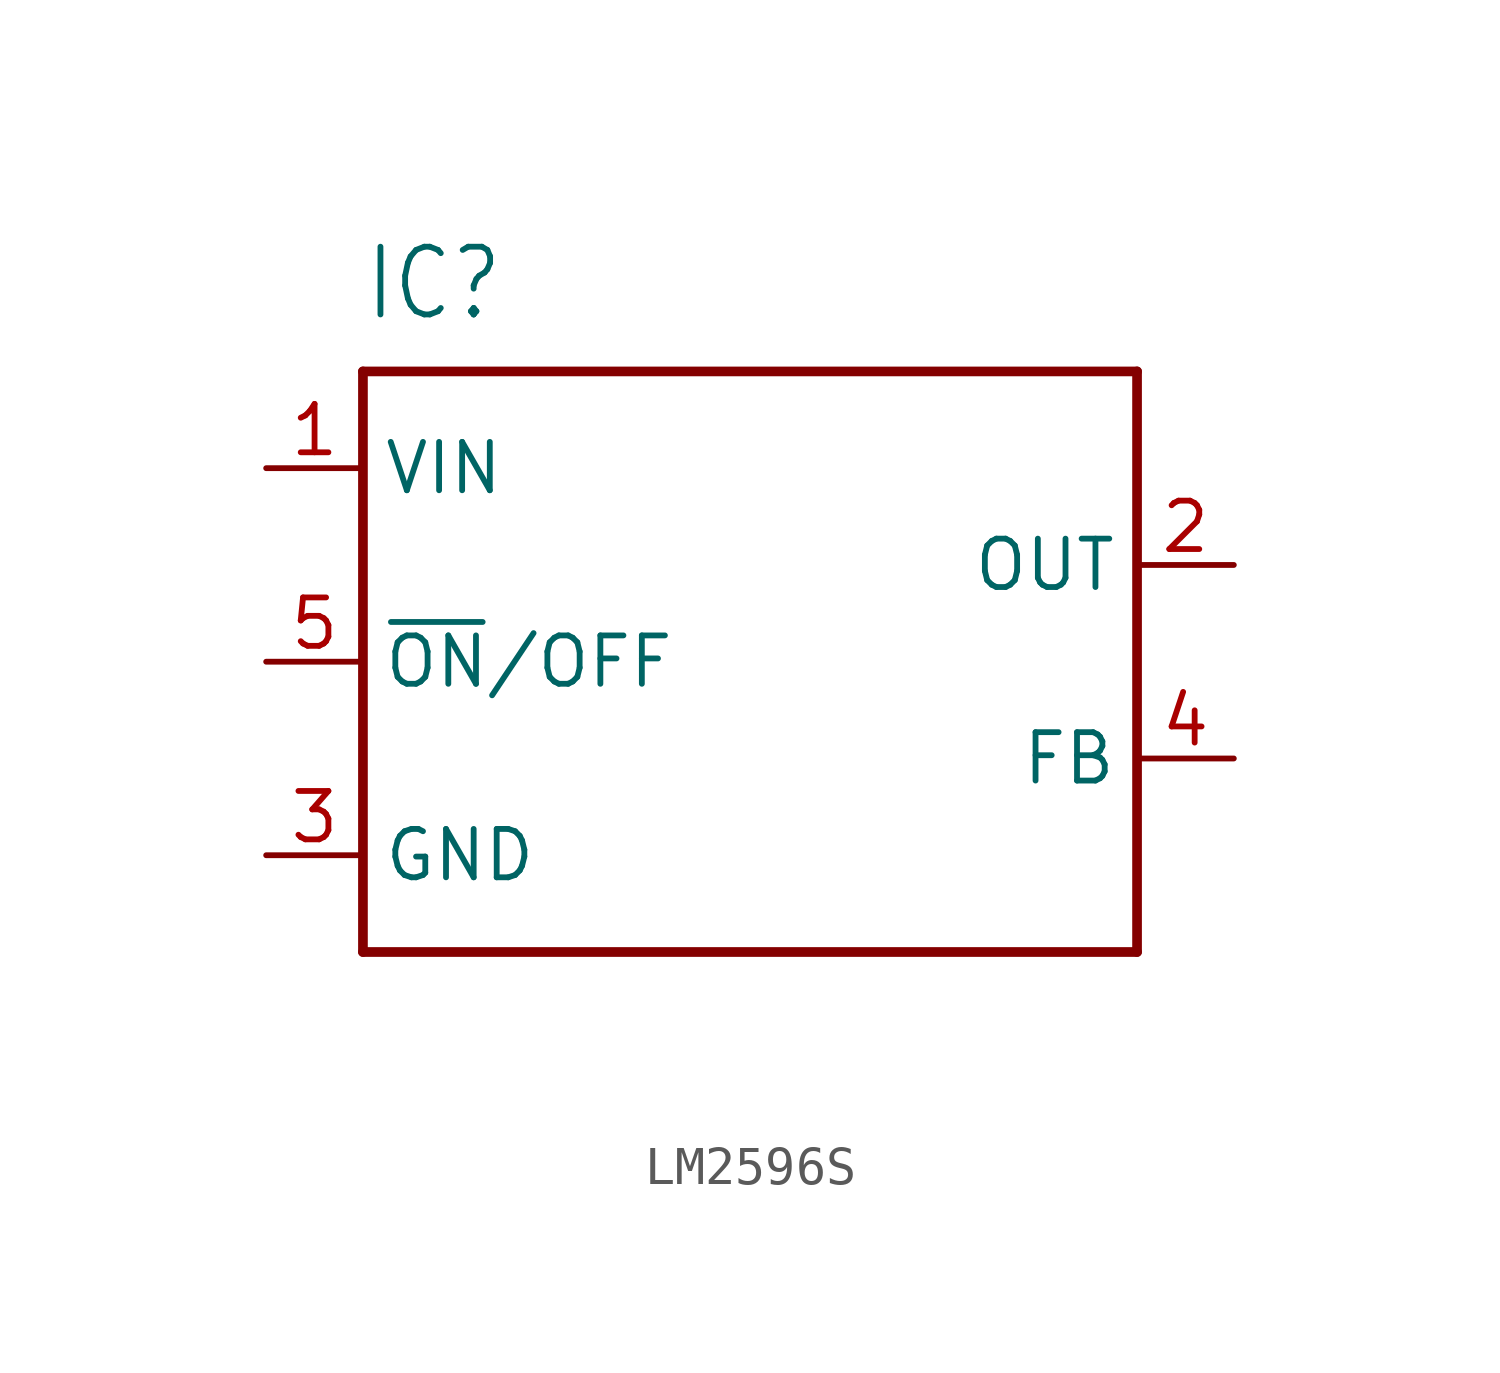
<source format=kicad_sym>
(kicad_symbol_lib
  (version 20220914)
  (generator kicad_symbol_editor)
  (symbol "LM2596S"
    (property "Reference" "IC"
      (at -10.16 8.89 0)
      (effects (font (size 1.778 1.511)) (justify left bottom)))
    (property "Value" ""
      (at -10.16 -10.16 0)
      (effects (font (size 1.778 1.511)) (justify left bottom)))
    (property "ki_locked" ""
      (at 0 0 0)
      (effects (font (size 1.27 1.27))))
    (symbol "LM2596S_1_0"
      (polyline (pts (xy -10.16 -7.62) (xy -10.16 7.62)) (stroke (width 0.254) (type solid)) (fill (type none)))
      (polyline (pts (xy -10.16 7.62) (xy 10.16 7.62)) (stroke (width 0.254) (type solid)) (fill (type none)))
      (polyline (pts (xy 10.16 -7.62) (xy -10.16 -7.62)) (stroke (width 0.254) (type solid)) (fill (type none)))
      (polyline (pts (xy 10.16 7.62) (xy 10.16 -7.62)) (stroke (width 0.254) (type solid)) (fill (type none)))
      (pin input line (at -12.7 5.08 0) (length 2.54) (name "VIN" (effects (font (size 1.27 1.27)))) (number "1" (effects (font (size 1.27 1.27)))))
      (pin output line (at 12.7 2.54 180) (length 2.54) (name "OUT" (effects (font (size 1.27 1.27)))) (number "2" (effects (font (size 1.27 1.27)))))
      (pin power_in line (at -12.7 -5.08 0) (length 2.54) (name "GND" (effects (font (size 1.27 1.27)))) (number "3" (effects (font (size 1.27 1.27)))))
      (pin input line (at 12.7 -2.54 180) (length 2.54) (name "FB" (effects (font (size 1.27 1.27)))) (number "4" (effects (font (size 1.27 1.27)))))
      (pin input line (at -12.7 0 0) (length 2.54) (name "~{ON}/OFF" (effects (font (size 1.27 1.27)))) (number "5" (effects (font (size 1.27 1.27))))))))
</source>
